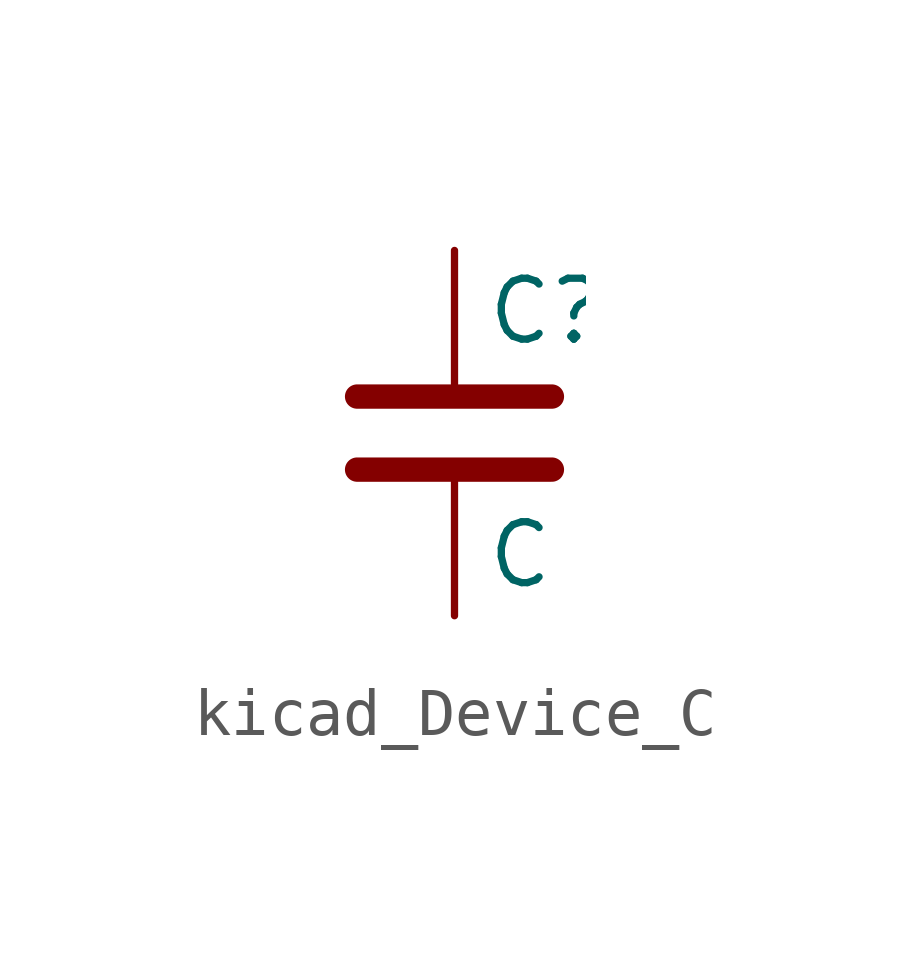
<source format=kicad_sym>
(kicad_symbol_lib
  (version 20220914)
  (generator kicad_symbol_editor)
  (symbol "kicad_Device_C"
    (pin_numbers hide)
    (pin_names
      (offset 0.254))
    (property "Reference" "C"
      (at 0.635 2.54 0)
      (effects (font (size 1.27 1.27)) (justify left)))
    (property "Value" "C"
      (at 0.635 -2.54 0)
      (effects (font (size 1.27 1.27)) (justify left)))
    (symbol "kicad_Device_C_0_1"
      (polyline (pts (xy -2.032 -0.762) (xy 2.032 -0.762)) (stroke (width 0.508) (type default)) (fill (type none)))
      (polyline (pts (xy -2.032 0.762) (xy 2.032 0.762)) (stroke (width 0.508) (type default)) (fill (type none))))
    (symbol "kicad_Device_C_1_1"
      (pin passive line (at 0 3.81 270) (length 2.794) (name "~" (effects (font (size 1.27 1.27)))) (number "1" (effects (font (size 1.27 1.27)))))
      (pin passive line (at 0 -3.81 90) (length 2.794) (name "~" (effects (font (size 1.27 1.27)))) (number "2" (effects (font (size 1.27 1.27))))))))
</source>
